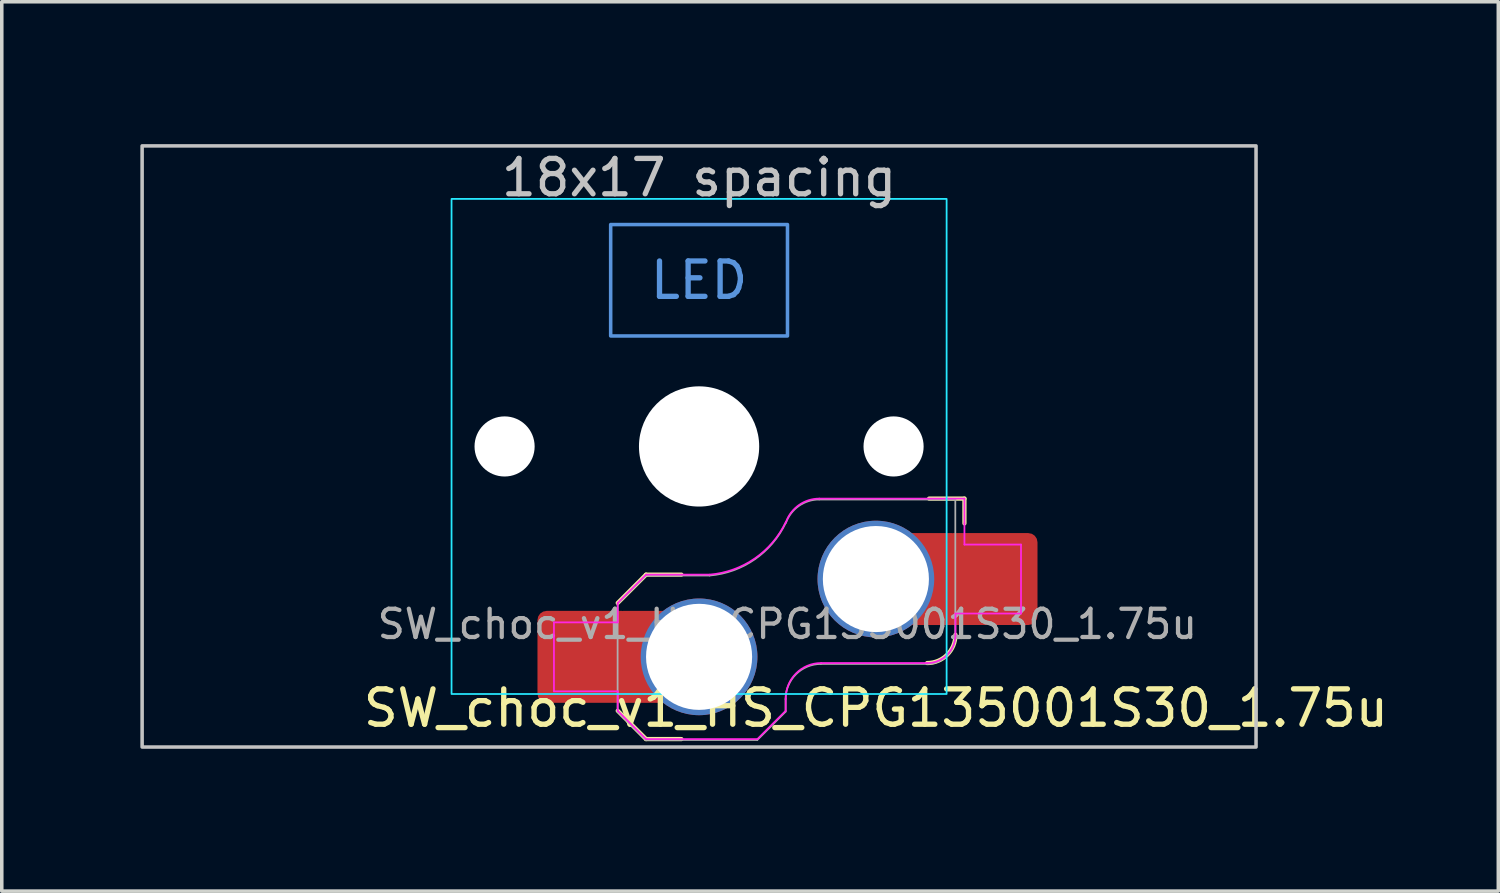
<source format=kicad_pcb>
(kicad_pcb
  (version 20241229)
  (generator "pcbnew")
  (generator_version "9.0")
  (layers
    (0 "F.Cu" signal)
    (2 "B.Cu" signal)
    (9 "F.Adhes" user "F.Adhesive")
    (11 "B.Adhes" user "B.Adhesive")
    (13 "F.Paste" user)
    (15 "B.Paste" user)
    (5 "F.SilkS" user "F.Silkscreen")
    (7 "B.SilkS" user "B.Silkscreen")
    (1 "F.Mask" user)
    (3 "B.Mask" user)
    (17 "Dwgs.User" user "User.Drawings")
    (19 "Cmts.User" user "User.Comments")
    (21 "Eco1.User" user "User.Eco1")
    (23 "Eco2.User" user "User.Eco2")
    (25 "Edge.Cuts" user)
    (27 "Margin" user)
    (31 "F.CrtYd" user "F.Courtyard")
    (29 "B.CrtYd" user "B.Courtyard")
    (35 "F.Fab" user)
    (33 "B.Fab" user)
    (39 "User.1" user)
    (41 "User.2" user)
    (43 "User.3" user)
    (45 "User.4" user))
  (footprint "SW_choc_v1_HS_CPG135001S30_1.75u"
    (layer "F.Cu")
    (at 16.719 9.575)
    (property "Reference" "SW_choc_v1_HS_CPG135001S30_1.75u" (at 5 7.4 180) (layer "F.SilkS") (effects (font (size 1 1) (thickness 0.15))))
    (attr smd)
    (fp_line (start -2.3 7.475) (end -1.5 8.275) (stroke (width 0.12) (type solid)) (layer "F.SilkS"))
    (fp_line (start -1.5 3.625) (end -2.3 4.425) (stroke (width 0.12) (type solid)) (layer "F.SilkS"))
    (fp_line (start -1.5 3.625) (end -0.5 3.625) (stroke (width 0.12) (type solid)) (layer "F.SilkS"))
    (fp_line (start -1.5 8.275) (end -0.5 8.275) (stroke (width 0.12) (type solid)) (layer "F.SilkS"))
    (fp_line (start 7.504 1.475) (end 6.504 1.475) (stroke (width 0.12) (type solid)) (layer "F.SilkS"))
    (fp_line (start 7.504 1.475) (end 7.504 2.175) (stroke (width 0.12) (type solid)) (layer "F.SilkS"))
    (fp_arc (start 7.25 5.325) (mid 7.015685 5.890685) (end 6.45 6.125) (stroke (width 0.12) (type solid)) (layer "F.SilkS"))
    (fp_rect (start -15.75 -8.5) (end 15.75 8.5) (stroke (width 0.1) (type default)) (fill no) (layer "Dwgs.User"))
    (fp_rect (start -2.5 -6.275) (end 2.5 -3.125) (stroke (width 0.1) (type default)) (fill no) (layer "Cmts.User"))
    (fp_rect (start -16.669 -9.525) (end 16.669 9.525) (stroke (width 0.1) (type default)) (fill no) (layer "Eco1.User"))
    (fp_line (start -6.95 -6.45) (end -6.95 6.45) (stroke (width 0.05) (type solid)) (layer "Eco2.User"))
    (fp_line (start -6.45 6.95) (end 6.45 6.95) (stroke (width 0.05) (type solid)) (layer "Eco2.User"))
    (fp_line (start 6.45 -6.95) (end -6.45 -6.95) (stroke (width 0.05) (type solid)) (layer "Eco2.User"))
    (fp_line (start 6.95 6.45) (end 6.95 -6.45) (stroke (width 0.05) (type solid)) (layer "Eco2.User"))
    (fp_arc (start -6.95 -6.45) (mid -6.803553 -6.803553) (end -6.45 -6.95) (stroke (width 0.05) (type solid)) (layer "Eco2.User"))
    (fp_arc (start -6.45 6.95) (mid -6.803553 6.803553) (end -6.95 6.45) (stroke (width 0.05) (type solid)) (layer "Eco2.User"))
    (fp_arc (start 6.45 -6.95) (mid 6.803553 -6.803553) (end 6.95 -6.45) (stroke (width 0.05) (type solid)) (layer "Eco2.User"))
    (fp_arc (start 6.95 6.45) (mid 6.803553 6.803553) (end 6.45 6.95) (stroke (width 0.05) (type solid)) (layer "Eco2.User"))
    (fp_rect (start -7 -7) (end 7 7) (stroke (width 0.05) (type default)) (fill no) (layer "B.CrtYd"))
    (fp_line (start -4.104 4.975) (end -4.104 6.925) (stroke (width 0.05) (type solid)) (layer "F.CrtYd"))
    (fp_line (start -4.104 4.975) (end -2.3 4.975) (stroke (width 0.05) (type solid)) (layer "F.CrtYd"))
    (fp_line (start -4.104 6.925) (end -2.3 6.925) (stroke (width 0.05) (type solid)) (layer "F.CrtYd"))
    (fp_line (start -2.3 4.975) (end -2.3 4.425) (stroke (width 0.05) (type solid)) (layer "F.CrtYd"))
    (fp_line (start -2.3 7.475) (end -2.3 6.925) (stroke (width 0.05) (type solid)) (layer "F.CrtYd"))
    (fp_line (start -2.3 7.475) (end -1.5 8.275) (stroke (width 0.05) (type solid)) (layer "F.CrtYd"))
    (fp_line (start -1.5 3.625) (end -2.3 4.425) (stroke (width 0.05) (type solid)) (layer "F.CrtYd"))
    (fp_line (start -1.5 3.625) (end 0.3 3.625) (stroke (width 0.05) (type solid)) (layer "F.CrtYd"))
    (fp_line (start -1.5 8.275) (end 1.65 8.275) (stroke (width 0.05) (type solid)) (layer "F.CrtYd"))
    (fp_line (start 2.45 7.475) (end 1.65 8.275) (stroke (width 0.05) (type solid)) (layer "F.CrtYd"))
    (fp_line (start 2.45 7.475) (end 2.45 7.125) (stroke (width 0.05) (type solid)) (layer "F.CrtYd"))
    (fp_line (start 3.45 6.125) (end 6.45 6.125) (stroke (width 0.05) (type solid)) (layer "F.CrtYd"))
    (fp_line (start 7.25 4.725) (end 9.104 4.725) (stroke (width 0.05) (type solid)) (layer "F.CrtYd"))
    (fp_line (start 7.25 5.325) (end 7.25 4.725) (stroke (width 0.05) (type solid)) (layer "F.CrtYd"))
    (fp_line (start 7.504 1.475) (end 3.4 1.475) (stroke (width 0.05) (type solid)) (layer "F.CrtYd"))
    (fp_line (start 7.504 1.475) (end 7.504 2.175) (stroke (width 0.05) (type solid)) (layer "F.CrtYd"))
    (fp_line (start 7.504 2.175) (end 7.504 2.775) (stroke (width 0.05) (type solid)) (layer "F.CrtYd"))
    (fp_line (start 9.104 2.775) (end 7.504 2.775) (stroke (width 0.05) (type solid)) (layer "F.CrtYd"))
    (fp_line (start 9.104 4.725) (end 9.104 2.775) (stroke (width 0.05) (type solid)) (layer "F.CrtYd"))
    (fp_arc (start 2.45 7.125) (mid 2.742893 6.417893) (end 3.45 6.125) (stroke (width 0.05) (type solid)) (layer "F.CrtYd"))
    (fp_arc (start 2.455444 2.13293) (mid 1.577272 3.167235) (end 0.299999 3.624999) (stroke (width 0.05) (type solid)) (layer "F.CrtYd"))
    (fp_arc (start 2.460307 2.13298) (mid 2.826423 1.655848) (end 3.4 1.475) (stroke (width 0.05) (type solid)) (layer "F.CrtYd"))
    (fp_arc (start 7.25 5.325) (mid 7.015685 5.890685) (end 6.45 6.125) (stroke (width 0.05) (type solid)) (layer "F.CrtYd"))
    (fp_line (start -2.304 7.5) (end -2.304 4.45) (stroke (width 0.05) (type solid)) (layer "F.Fab"))
    (fp_line (start -2.304 7.5) (end -1.504 8.3) (stroke (width 0.05) (type solid)) (layer "F.Fab"))
    (fp_line (start -1.504 3.65) (end -2.304 4.45) (stroke (width 0.05) (type solid)) (layer "F.Fab"))
    (fp_line (start -1.504 3.65) (end 0.296 3.65) (stroke (width 0.05) (type solid)) (layer "F.Fab"))
    (fp_line (start -1.504 8.3) (end 1.646 8.3) (stroke (width 0.05) (type solid)) (layer "F.Fab"))
    (fp_line (start 2.446 7.5) (end 1.646 8.3) (stroke (width 0.05) (type solid)) (layer "F.Fab"))
    (fp_line (start 2.446 7.5) (end 2.446 7.15) (stroke (width 0.05) (type solid)) (layer "F.Fab"))
    (fp_line (start 3.446 6.15) (end 6.446 6.15) (stroke (width 0.05) (type solid)) (layer "F.Fab"))
    (fp_line (start 7.246 1.5) (end 3.396 1.5) (stroke (width 0.05) (type solid)) (layer "F.Fab"))
    (fp_line (start 7.246 5.35) (end 7.246 1.5) (stroke (width 0.05) (type solid)) (layer "F.Fab"))
    (fp_arc (start 2.446 7.15) (mid 2.738893 6.442893) (end 3.446 6.15) (stroke (width 0.05) (type solid)) (layer "F.Fab"))
    (fp_arc (start 2.451444 2.15793) (mid 1.573272 3.192235) (end 0.295999 3.649999) (stroke (width 0.05) (type solid)) (layer "F.Fab"))
    (fp_arc (start 2.456307 2.15798) (mid 2.822423 1.680848) (end 3.396 1.5) (stroke (width 0.05) (type solid)) (layer "F.Fab"))
    (fp_arc (start 7.246 5.35) (mid 7.011685 5.915685) (end 6.446 6.15) (stroke (width 0.05) (type solid)) (layer "F.Fab"))
    (fp_text user "18x17 spacing" (at 0 -7.6 180) (layer "Dwgs.User") (effects (font (size 1 1) (thickness 0.15))))
    (fp_text user "LED" (at 0 -4.7 0) (unlocked yes) (layer "Cmts.User") (effects (font (size 1 1) (thickness 0.15))))
    (fp_text user "19.05 spacing" (at 0 -8.7 180) (layer "Eco1.User") (effects (font (size 1 1) (thickness 0.15))))
    (fp_text user "${REFERENCE}" (at 2.496 5.025 0) (layer "F.Fab") (effects (font (size 0.8 0.8) (thickness 0.12))))
    (pad "" np_thru_hole circle (at -5.5 0 180) (size 1.7 1.7) (drill 1.7) (layers "*.Cu" "*.Mask"))
    (pad "" np_thru_hole circle (at 0 0 180) (size 3.4 3.4) (drill 3.4) (layers "*.Cu" "*.Mask"))
    (pad "" np_thru_hole circle (at 5.5 0 180) (size 1.7 1.7) (drill 1.7) (layers "*.Cu" "*.Mask"))
    (pad "1" thru_hole circle (at 5 3.75) (size 3.3 3.3) (drill 3) (property pad_prop_mechanical) (layers "*.Cu" "F.Mask"))
    (pad "1" smd rect (at 6.55 3.75) (size 1.2 2.6) (layers "F.Cu"))
    (pad "1" smd roundrect (at 8.245 3.75) (size 2.65 2.6) (layers "F.Cu" "F.Mask" "F.Paste") (roundrect_rratio 0.1))
    (pad "2" smd roundrect (at -3.245 5.95) (size 2.65 2.6) (layers "F.Cu" "F.Mask" "F.Paste") (roundrect_rratio 0.1))
    (pad "2" smd rect (at -1.55 5.95 180) (size 1.2 2.6) (layers "F.Cu"))
    (pad "2" thru_hole circle (at 0 5.95) (size 3.3 3.3) (drill 3) (property pad_prop_mechanical) (layers "*.Cu" "F.Mask")))
  (gr_rect
    (start -3 -3)
    (end 39.32 22.15)
    (stroke (width 0.1) (type default))
    (fill no)
    (layer "Edge.Cuts")))
</source>
